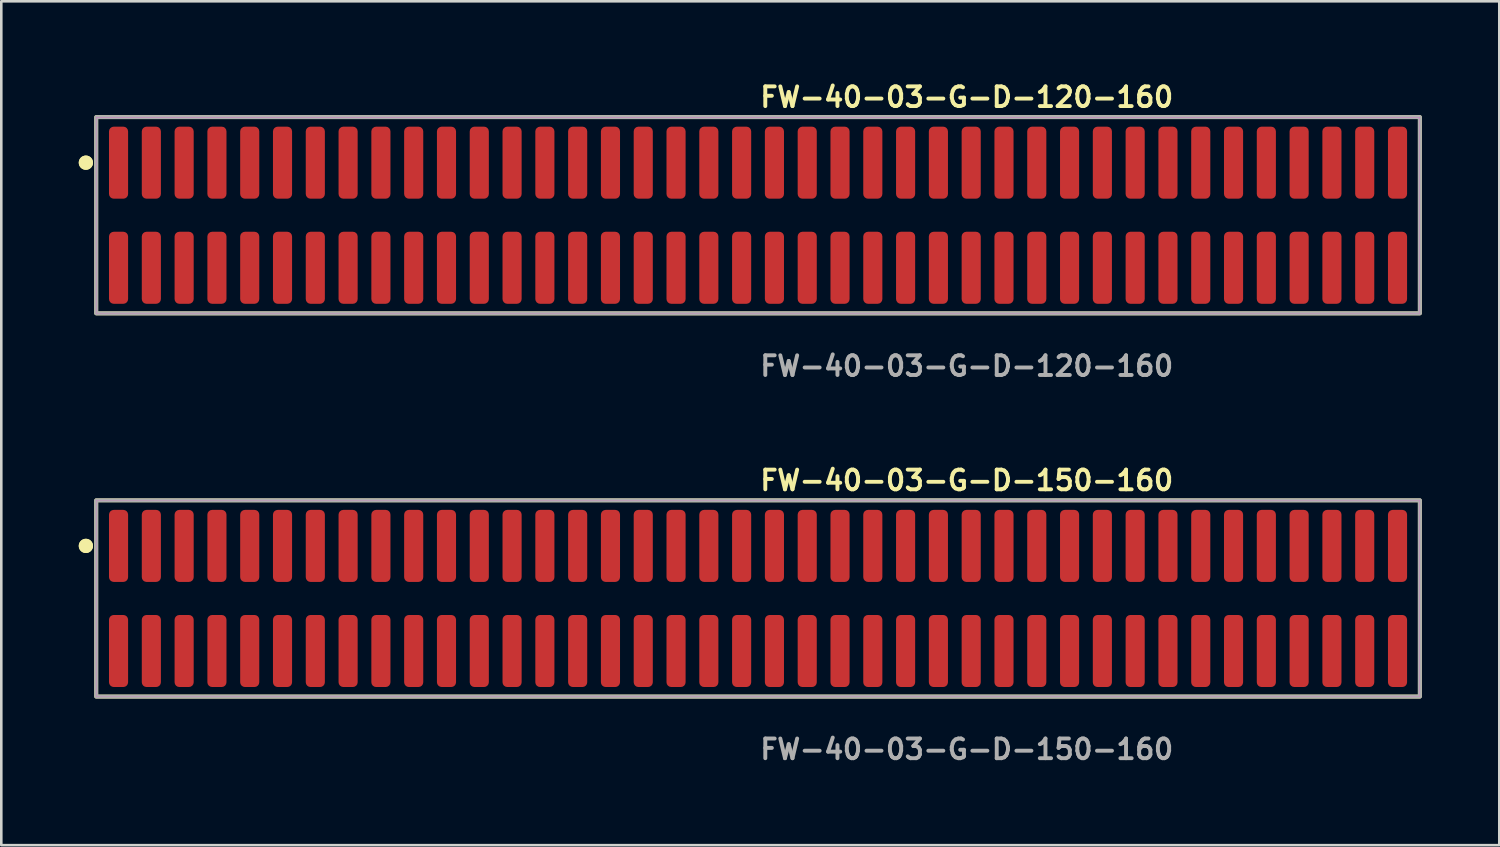
<source format=kicad_pcb>
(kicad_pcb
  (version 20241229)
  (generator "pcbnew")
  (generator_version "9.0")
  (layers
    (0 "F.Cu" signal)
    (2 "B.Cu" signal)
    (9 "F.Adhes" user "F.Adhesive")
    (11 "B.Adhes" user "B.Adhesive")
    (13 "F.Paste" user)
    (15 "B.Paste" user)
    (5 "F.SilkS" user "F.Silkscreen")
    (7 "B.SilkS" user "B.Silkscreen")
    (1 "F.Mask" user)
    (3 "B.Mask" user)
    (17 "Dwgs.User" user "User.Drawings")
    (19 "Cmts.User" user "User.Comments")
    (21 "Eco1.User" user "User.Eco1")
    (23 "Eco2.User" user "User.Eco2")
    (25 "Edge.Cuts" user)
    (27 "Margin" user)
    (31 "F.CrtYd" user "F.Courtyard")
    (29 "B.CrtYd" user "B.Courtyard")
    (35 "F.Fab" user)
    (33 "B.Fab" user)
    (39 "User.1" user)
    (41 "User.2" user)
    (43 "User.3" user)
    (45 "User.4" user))
  (footprint "FW-40-03-G-D-120-160"
    (layer "F.Cu")
    (at 26.306 5.285)
    (property "Reference" "FW-40-03-G-D-120-160" (at 0 -4.572 0) (unlocked yes) (layer "F.SilkS") (effects (font (size 0.762 0.762) (thickness 0.152)) (justify left)))
    (fp_rect (start -25.63 3.8) (end 25.63 -3.8) (stroke (width 0.152) (type solid)) (fill no) (layer "F.SilkS"))
    (fp_circle (center -26.03 -2.035) (end -26.23 -2.035) (stroke (width 0.152) (type solid)) (fill yes) (layer "F.SilkS"))
    (fp_circle (center -26.03 -2.035) (end -26.23 -2.035) (stroke (width 0.152) (type solid)) (fill yes) (layer "F.SilkS"))
    (fp_rect (start -25.63 3.8) (end 25.63 -3.8) (stroke (width 0.006) (type solid)) (fill no) (layer "F.CrtYd"))
    (fp_rect (start -25.63 3.8) (end 25.63 -3.8) (stroke (width 0.152) (type solid)) (fill no) (layer "F.Fab"))
    (fp_text user "${REFERENCE}" (at 0 5.842 0) (unlocked yes) (layer "F.Fab") (effects (font (size 0.762 0.762) (thickness 0.152)) (justify left)))
    (pad "1" smd roundrect (at -24.765 -2.035) (size 0.74 2.79) (layers "F.Cu" "F.Paste") (roundrect_rratio 0.25))
    (pad "2" smd roundrect (at -24.765 2.035) (size 0.74 2.79) (layers "F.Cu" "F.Paste") (roundrect_rratio 0.25))
    (pad "3" smd roundrect (at -23.495 -2.035) (size 0.74 2.79) (layers "F.Cu" "F.Paste") (roundrect_rratio 0.25))
    (pad "4" smd roundrect (at -23.495 2.035) (size 0.74 2.79) (layers "F.Cu" "F.Paste") (roundrect_rratio 0.25))
    (pad "5" smd roundrect (at -22.225 -2.035) (size 0.74 2.79) (layers "F.Cu" "F.Paste") (roundrect_rratio 0.25))
    (pad "6" smd roundrect (at -22.225 2.035) (size 0.74 2.79) (layers "F.Cu" "F.Paste") (roundrect_rratio 0.25))
    (pad "7" smd roundrect (at -20.955 -2.035) (size 0.74 2.79) (layers "F.Cu" "F.Paste") (roundrect_rratio 0.25))
    (pad "8" smd roundrect (at -20.955 2.035) (size 0.74 2.79) (layers "F.Cu" "F.Paste") (roundrect_rratio 0.25))
    (pad "9" smd roundrect (at -19.685 -2.035) (size 0.74 2.79) (layers "F.Cu" "F.Paste") (roundrect_rratio 0.25))
    (pad "10" smd roundrect (at -19.685 2.035) (size 0.74 2.79) (layers "F.Cu" "F.Paste") (roundrect_rratio 0.25))
    (pad "11" smd roundrect (at -18.415 -2.035) (size 0.74 2.79) (layers "F.Cu" "F.Paste") (roundrect_rratio 0.25))
    (pad "12" smd roundrect (at -18.415 2.035) (size 0.74 2.79) (layers "F.Cu" "F.Paste") (roundrect_rratio 0.25))
    (pad "13" smd roundrect (at -17.145 -2.035) (size 0.74 2.79) (layers "F.Cu" "F.Paste") (roundrect_rratio 0.25))
    (pad "14" smd roundrect (at -17.145 2.035) (size 0.74 2.79) (layers "F.Cu" "F.Paste") (roundrect_rratio 0.25))
    (pad "15" smd roundrect (at -15.875 -2.035) (size 0.74 2.79) (layers "F.Cu" "F.Paste") (roundrect_rratio 0.25))
    (pad "16" smd roundrect (at -15.875 2.035) (size 0.74 2.79) (layers "F.Cu" "F.Paste") (roundrect_rratio 0.25))
    (pad "17" smd roundrect (at -14.605 -2.035) (size 0.74 2.79) (layers "F.Cu" "F.Paste") (roundrect_rratio 0.25))
    (pad "18" smd roundrect (at -14.605 2.035) (size 0.74 2.79) (layers "F.Cu" "F.Paste") (roundrect_rratio 0.25))
    (pad "19" smd roundrect (at -13.335 -2.035) (size 0.74 2.79) (layers "F.Cu" "F.Paste") (roundrect_rratio 0.25))
    (pad "20" smd roundrect (at -13.335 2.035) (size 0.74 2.79) (layers "F.Cu" "F.Paste") (roundrect_rratio 0.25))
    (pad "21" smd roundrect (at -12.065 -2.035) (size 0.74 2.79) (layers "F.Cu" "F.Paste") (roundrect_rratio 0.25))
    (pad "22" smd roundrect (at -12.065 2.035) (size 0.74 2.79) (layers "F.Cu" "F.Paste") (roundrect_rratio 0.25))
    (pad "23" smd roundrect (at -10.795 -2.035) (size 0.74 2.79) (layers "F.Cu" "F.Paste") (roundrect_rratio 0.25))
    (pad "24" smd roundrect (at -10.795 2.035) (size 0.74 2.79) (layers "F.Cu" "F.Paste") (roundrect_rratio 0.25))
    (pad "25" smd roundrect (at -9.525 -2.035) (size 0.74 2.79) (layers "F.Cu" "F.Paste") (roundrect_rratio 0.25))
    (pad "26" smd roundrect (at -9.525 2.035) (size 0.74 2.79) (layers "F.Cu" "F.Paste") (roundrect_rratio 0.25))
    (pad "27" smd roundrect (at -8.255 -2.035) (size 0.74 2.79) (layers "F.Cu" "F.Paste") (roundrect_rratio 0.25))
    (pad "28" smd roundrect (at -8.255 2.035) (size 0.74 2.79) (layers "F.Cu" "F.Paste") (roundrect_rratio 0.25))
    (pad "29" smd roundrect (at -6.985 -2.035) (size 0.74 2.79) (layers "F.Cu" "F.Paste") (roundrect_rratio 0.25))
    (pad "30" smd roundrect (at -6.985 2.035) (size 0.74 2.79) (layers "F.Cu" "F.Paste") (roundrect_rratio 0.25))
    (pad "31" smd roundrect (at -5.715 -2.035) (size 0.74 2.79) (layers "F.Cu" "F.Paste") (roundrect_rratio 0.25))
    (pad "32" smd roundrect (at -5.715 2.035) (size 0.74 2.79) (layers "F.Cu" "F.Paste") (roundrect_rratio 0.25))
    (pad "33" smd roundrect (at -4.445 -2.035) (size 0.74 2.79) (layers "F.Cu" "F.Paste") (roundrect_rratio 0.25))
    (pad "34" smd roundrect (at -4.445 2.035) (size 0.74 2.79) (layers "F.Cu" "F.Paste") (roundrect_rratio 0.25))
    (pad "35" smd roundrect (at -3.175 -2.035) (size 0.74 2.79) (layers "F.Cu" "F.Paste") (roundrect_rratio 0.25))
    (pad "36" smd roundrect (at -3.175 2.035) (size 0.74 2.79) (layers "F.Cu" "F.Paste") (roundrect_rratio 0.25))
    (pad "37" smd roundrect (at -1.905 -2.035) (size 0.74 2.79) (layers "F.Cu" "F.Paste") (roundrect_rratio 0.25))
    (pad "38" smd roundrect (at -1.905 2.035) (size 0.74 2.79) (layers "F.Cu" "F.Paste") (roundrect_rratio 0.25))
    (pad "39" smd roundrect (at -0.635 -2.035) (size 0.74 2.79) (layers "F.Cu" "F.Paste") (roundrect_rratio 0.25))
    (pad "40" smd roundrect (at -0.635 2.035) (size 0.74 2.79) (layers "F.Cu" "F.Paste") (roundrect_rratio 0.25))
    (pad "41" smd roundrect (at 0.635 -2.035) (size 0.74 2.79) (layers "F.Cu" "F.Paste") (roundrect_rratio 0.25))
    (pad "42" smd roundrect (at 0.635 2.035) (size 0.74 2.79) (layers "F.Cu" "F.Paste") (roundrect_rratio 0.25))
    (pad "43" smd roundrect (at 1.905 -2.035) (size 0.74 2.79) (layers "F.Cu" "F.Paste") (roundrect_rratio 0.25))
    (pad "44" smd roundrect (at 1.905 2.035) (size 0.74 2.79) (layers "F.Cu" "F.Paste") (roundrect_rratio 0.25))
    (pad "45" smd roundrect (at 3.175 -2.035) (size 0.74 2.79) (layers "F.Cu" "F.Paste") (roundrect_rratio 0.25))
    (pad "46" smd roundrect (at 3.175 2.035) (size 0.74 2.79) (layers "F.Cu" "F.Paste") (roundrect_rratio 0.25))
    (pad "47" smd roundrect (at 4.445 -2.035) (size 0.74 2.79) (layers "F.Cu" "F.Paste") (roundrect_rratio 0.25))
    (pad "48" smd roundrect (at 4.445 2.035) (size 0.74 2.79) (layers "F.Cu" "F.Paste") (roundrect_rratio 0.25))
    (pad "49" smd roundrect (at 5.715 -2.035) (size 0.74 2.79) (layers "F.Cu" "F.Paste") (roundrect_rratio 0.25))
    (pad "50" smd roundrect (at 5.715 2.035) (size 0.74 2.79) (layers "F.Cu" "F.Paste") (roundrect_rratio 0.25))
    (pad "51" smd roundrect (at 6.985 -2.035) (size 0.74 2.79) (layers "F.Cu" "F.Paste") (roundrect_rratio 0.25))
    (pad "52" smd roundrect (at 6.985 2.035) (size 0.74 2.79) (layers "F.Cu" "F.Paste") (roundrect_rratio 0.25))
    (pad "53" smd roundrect (at 8.255 -2.035) (size 0.74 2.79) (layers "F.Cu" "F.Paste") (roundrect_rratio 0.25))
    (pad "54" smd roundrect (at 8.255 2.035) (size 0.74 2.79) (layers "F.Cu" "F.Paste") (roundrect_rratio 0.25))
    (pad "55" smd roundrect (at 9.525 -2.035) (size 0.74 2.79) (layers "F.Cu" "F.Paste") (roundrect_rratio 0.25))
    (pad "56" smd roundrect (at 9.525 2.035) (size 0.74 2.79) (layers "F.Cu" "F.Paste") (roundrect_rratio 0.25))
    (pad "57" smd roundrect (at 10.795 -2.035) (size 0.74 2.79) (layers "F.Cu" "F.Paste") (roundrect_rratio 0.25))
    (pad "58" smd roundrect (at 10.795 2.035) (size 0.74 2.79) (layers "F.Cu" "F.Paste") (roundrect_rratio 0.25))
    (pad "59" smd roundrect (at 12.065 -2.035) (size 0.74 2.79) (layers "F.Cu" "F.Paste") (roundrect_rratio 0.25))
    (pad "60" smd roundrect (at 12.065 2.035) (size 0.74 2.79) (layers "F.Cu" "F.Paste") (roundrect_rratio 0.25))
    (pad "61" smd roundrect (at 13.335 -2.035) (size 0.74 2.79) (layers "F.Cu" "F.Paste") (roundrect_rratio 0.25))
    (pad "62" smd roundrect (at 13.335 2.035) (size 0.74 2.79) (layers "F.Cu" "F.Paste") (roundrect_rratio 0.25))
    (pad "63" smd roundrect (at 14.605 -2.035) (size 0.74 2.79) (layers "F.Cu" "F.Paste") (roundrect_rratio 0.25))
    (pad "64" smd roundrect (at 14.605 2.035) (size 0.74 2.79) (layers "F.Cu" "F.Paste") (roundrect_rratio 0.25))
    (pad "65" smd roundrect (at 15.875 -2.035) (size 0.74 2.79) (layers "F.Cu" "F.Paste") (roundrect_rratio 0.25))
    (pad "66" smd roundrect (at 15.875 2.035) (size 0.74 2.79) (layers "F.Cu" "F.Paste") (roundrect_rratio 0.25))
    (pad "67" smd roundrect (at 17.145 -2.035) (size 0.74 2.79) (layers "F.Cu" "F.Paste") (roundrect_rratio 0.25))
    (pad "68" smd roundrect (at 17.145 2.035) (size 0.74 2.79) (layers "F.Cu" "F.Paste") (roundrect_rratio 0.25))
    (pad "69" smd roundrect (at 18.415 -2.035) (size 0.74 2.79) (layers "F.Cu" "F.Paste") (roundrect_rratio 0.25))
    (pad "70" smd roundrect (at 18.415 2.035) (size 0.74 2.79) (layers "F.Cu" "F.Paste") (roundrect_rratio 0.25))
    (pad "71" smd roundrect (at 19.685 -2.035) (size 0.74 2.79) (layers "F.Cu" "F.Paste") (roundrect_rratio 0.25))
    (pad "72" smd roundrect (at 19.685 2.035) (size 0.74 2.79) (layers "F.Cu" "F.Paste") (roundrect_rratio 0.25))
    (pad "73" smd roundrect (at 20.955 -2.035) (size 0.74 2.79) (layers "F.Cu" "F.Paste") (roundrect_rratio 0.25))
    (pad "74" smd roundrect (at 20.955 2.035) (size 0.74 2.79) (layers "F.Cu" "F.Paste") (roundrect_rratio 0.25))
    (pad "75" smd roundrect (at 22.225 -2.035) (size 0.74 2.79) (layers "F.Cu" "F.Paste") (roundrect_rratio 0.25))
    (pad "76" smd roundrect (at 22.225 2.035) (size 0.74 2.79) (layers "F.Cu" "F.Paste") (roundrect_rratio 0.25))
    (pad "77" smd roundrect (at 23.495 -2.035) (size 0.74 2.79) (layers "F.Cu" "F.Paste") (roundrect_rratio 0.25))
    (pad "78" smd roundrect (at 23.495 2.035) (size 0.74 2.79) (layers "F.Cu" "F.Paste") (roundrect_rratio 0.25))
    (pad "79" smd roundrect (at 24.765 -2.035) (size 0.74 2.79) (layers "F.Cu" "F.Paste") (roundrect_rratio 0.25))
    (pad "80" smd roundrect (at 24.765 2.035) (size 0.74 2.79) (layers "F.Cu" "F.Paste") (roundrect_rratio 0.25)))
  (footprint "FW-40-03-G-D-150-160"
    (layer "F.Cu")
    (at 26.306 20.126)
    (property "Reference" "FW-40-03-G-D-150-160" (at 0 -4.572 0) (unlocked yes) (layer "F.SilkS") (effects (font (size 0.762 0.762) (thickness 0.152)) (justify left)))
    (fp_rect (start -25.63 3.8) (end 25.63 -3.8) (stroke (width 0.152) (type solid)) (fill no) (layer "F.SilkS"))
    (fp_circle (center -26.03 -2.035) (end -26.23 -2.035) (stroke (width 0.152) (type solid)) (fill yes) (layer "F.SilkS"))
    (fp_circle (center -26.03 -2.035) (end -26.23 -2.035) (stroke (width 0.152) (type solid)) (fill yes) (layer "F.SilkS"))
    (fp_rect (start -25.63 3.8) (end 25.63 -3.8) (stroke (width 0.006) (type solid)) (fill no) (layer "F.CrtYd"))
    (fp_rect (start -25.63 3.8) (end 25.63 -3.8) (stroke (width 0.152) (type solid)) (fill no) (layer "F.Fab"))
    (fp_text user "${REFERENCE}" (at 0 5.842 0) (unlocked yes) (layer "F.Fab") (effects (font (size 0.762 0.762) (thickness 0.152)) (justify left)))
    (pad "1" smd roundrect (at -24.765 -2.035) (size 0.74 2.79) (layers "F.Cu" "F.Paste") (roundrect_rratio 0.25))
    (pad "2" smd roundrect (at -24.765 2.035) (size 0.74 2.79) (layers "F.Cu" "F.Paste") (roundrect_rratio 0.25))
    (pad "3" smd roundrect (at -23.495 -2.035) (size 0.74 2.79) (layers "F.Cu" "F.Paste") (roundrect_rratio 0.25))
    (pad "4" smd roundrect (at -23.495 2.035) (size 0.74 2.79) (layers "F.Cu" "F.Paste") (roundrect_rratio 0.25))
    (pad "5" smd roundrect (at -22.225 -2.035) (size 0.74 2.79) (layers "F.Cu" "F.Paste") (roundrect_rratio 0.25))
    (pad "6" smd roundrect (at -22.225 2.035) (size 0.74 2.79) (layers "F.Cu" "F.Paste") (roundrect_rratio 0.25))
    (pad "7" smd roundrect (at -20.955 -2.035) (size 0.74 2.79) (layers "F.Cu" "F.Paste") (roundrect_rratio 0.25))
    (pad "8" smd roundrect (at -20.955 2.035) (size 0.74 2.79) (layers "F.Cu" "F.Paste") (roundrect_rratio 0.25))
    (pad "9" smd roundrect (at -19.685 -2.035) (size 0.74 2.79) (layers "F.Cu" "F.Paste") (roundrect_rratio 0.25))
    (pad "10" smd roundrect (at -19.685 2.035) (size 0.74 2.79) (layers "F.Cu" "F.Paste") (roundrect_rratio 0.25))
    (pad "11" smd roundrect (at -18.415 -2.035) (size 0.74 2.79) (layers "F.Cu" "F.Paste") (roundrect_rratio 0.25))
    (pad "12" smd roundrect (at -18.415 2.035) (size 0.74 2.79) (layers "F.Cu" "F.Paste") (roundrect_rratio 0.25))
    (pad "13" smd roundrect (at -17.145 -2.035) (size 0.74 2.79) (layers "F.Cu" "F.Paste") (roundrect_rratio 0.25))
    (pad "14" smd roundrect (at -17.145 2.035) (size 0.74 2.79) (layers "F.Cu" "F.Paste") (roundrect_rratio 0.25))
    (pad "15" smd roundrect (at -15.875 -2.035) (size 0.74 2.79) (layers "F.Cu" "F.Paste") (roundrect_rratio 0.25))
    (pad "16" smd roundrect (at -15.875 2.035) (size 0.74 2.79) (layers "F.Cu" "F.Paste") (roundrect_rratio 0.25))
    (pad "17" smd roundrect (at -14.605 -2.035) (size 0.74 2.79) (layers "F.Cu" "F.Paste") (roundrect_rratio 0.25))
    (pad "18" smd roundrect (at -14.605 2.035) (size 0.74 2.79) (layers "F.Cu" "F.Paste") (roundrect_rratio 0.25))
    (pad "19" smd roundrect (at -13.335 -2.035) (size 0.74 2.79) (layers "F.Cu" "F.Paste") (roundrect_rratio 0.25))
    (pad "20" smd roundrect (at -13.335 2.035) (size 0.74 2.79) (layers "F.Cu" "F.Paste") (roundrect_rratio 0.25))
    (pad "21" smd roundrect (at -12.065 -2.035) (size 0.74 2.79) (layers "F.Cu" "F.Paste") (roundrect_rratio 0.25))
    (pad "22" smd roundrect (at -12.065 2.035) (size 0.74 2.79) (layers "F.Cu" "F.Paste") (roundrect_rratio 0.25))
    (pad "23" smd roundrect (at -10.795 -2.035) (size 0.74 2.79) (layers "F.Cu" "F.Paste") (roundrect_rratio 0.25))
    (pad "24" smd roundrect (at -10.795 2.035) (size 0.74 2.79) (layers "F.Cu" "F.Paste") (roundrect_rratio 0.25))
    (pad "25" smd roundrect (at -9.525 -2.035) (size 0.74 2.79) (layers "F.Cu" "F.Paste") (roundrect_rratio 0.25))
    (pad "26" smd roundrect (at -9.525 2.035) (size 0.74 2.79) (layers "F.Cu" "F.Paste") (roundrect_rratio 0.25))
    (pad "27" smd roundrect (at -8.255 -2.035) (size 0.74 2.79) (layers "F.Cu" "F.Paste") (roundrect_rratio 0.25))
    (pad "28" smd roundrect (at -8.255 2.035) (size 0.74 2.79) (layers "F.Cu" "F.Paste") (roundrect_rratio 0.25))
    (pad "29" smd roundrect (at -6.985 -2.035) (size 0.74 2.79) (layers "F.Cu" "F.Paste") (roundrect_rratio 0.25))
    (pad "30" smd roundrect (at -6.985 2.035) (size 0.74 2.79) (layers "F.Cu" "F.Paste") (roundrect_rratio 0.25))
    (pad "31" smd roundrect (at -5.715 -2.035) (size 0.74 2.79) (layers "F.Cu" "F.Paste") (roundrect_rratio 0.25))
    (pad "32" smd roundrect (at -5.715 2.035) (size 0.74 2.79) (layers "F.Cu" "F.Paste") (roundrect_rratio 0.25))
    (pad "33" smd roundrect (at -4.445 -2.035) (size 0.74 2.79) (layers "F.Cu" "F.Paste") (roundrect_rratio 0.25))
    (pad "34" smd roundrect (at -4.445 2.035) (size 0.74 2.79) (layers "F.Cu" "F.Paste") (roundrect_rratio 0.25))
    (pad "35" smd roundrect (at -3.175 -2.035) (size 0.74 2.79) (layers "F.Cu" "F.Paste") (roundrect_rratio 0.25))
    (pad "36" smd roundrect (at -3.175 2.035) (size 0.74 2.79) (layers "F.Cu" "F.Paste") (roundrect_rratio 0.25))
    (pad "37" smd roundrect (at -1.905 -2.035) (size 0.74 2.79) (layers "F.Cu" "F.Paste") (roundrect_rratio 0.25))
    (pad "38" smd roundrect (at -1.905 2.035) (size 0.74 2.79) (layers "F.Cu" "F.Paste") (roundrect_rratio 0.25))
    (pad "39" smd roundrect (at -0.635 -2.035) (size 0.74 2.79) (layers "F.Cu" "F.Paste") (roundrect_rratio 0.25))
    (pad "40" smd roundrect (at -0.635 2.035) (size 0.74 2.79) (layers "F.Cu" "F.Paste") (roundrect_rratio 0.25))
    (pad "41" smd roundrect (at 0.635 -2.035) (size 0.74 2.79) (layers "F.Cu" "F.Paste") (roundrect_rratio 0.25))
    (pad "42" smd roundrect (at 0.635 2.035) (size 0.74 2.79) (layers "F.Cu" "F.Paste") (roundrect_rratio 0.25))
    (pad "43" smd roundrect (at 1.905 -2.035) (size 0.74 2.79) (layers "F.Cu" "F.Paste") (roundrect_rratio 0.25))
    (pad "44" smd roundrect (at 1.905 2.035) (size 0.74 2.79) (layers "F.Cu" "F.Paste") (roundrect_rratio 0.25))
    (pad "45" smd roundrect (at 3.175 -2.035) (size 0.74 2.79) (layers "F.Cu" "F.Paste") (roundrect_rratio 0.25))
    (pad "46" smd roundrect (at 3.175 2.035) (size 0.74 2.79) (layers "F.Cu" "F.Paste") (roundrect_rratio 0.25))
    (pad "47" smd roundrect (at 4.445 -2.035) (size 0.74 2.79) (layers "F.Cu" "F.Paste") (roundrect_rratio 0.25))
    (pad "48" smd roundrect (at 4.445 2.035) (size 0.74 2.79) (layers "F.Cu" "F.Paste") (roundrect_rratio 0.25))
    (pad "49" smd roundrect (at 5.715 -2.035) (size 0.74 2.79) (layers "F.Cu" "F.Paste") (roundrect_rratio 0.25))
    (pad "50" smd roundrect (at 5.715 2.035) (size 0.74 2.79) (layers "F.Cu" "F.Paste") (roundrect_rratio 0.25))
    (pad "51" smd roundrect (at 6.985 -2.035) (size 0.74 2.79) (layers "F.Cu" "F.Paste") (roundrect_rratio 0.25))
    (pad "52" smd roundrect (at 6.985 2.035) (size 0.74 2.79) (layers "F.Cu" "F.Paste") (roundrect_rratio 0.25))
    (pad "53" smd roundrect (at 8.255 -2.035) (size 0.74 2.79) (layers "F.Cu" "F.Paste") (roundrect_rratio 0.25))
    (pad "54" smd roundrect (at 8.255 2.035) (size 0.74 2.79) (layers "F.Cu" "F.Paste") (roundrect_rratio 0.25))
    (pad "55" smd roundrect (at 9.525 -2.035) (size 0.74 2.79) (layers "F.Cu" "F.Paste") (roundrect_rratio 0.25))
    (pad "56" smd roundrect (at 9.525 2.035) (size 0.74 2.79) (layers "F.Cu" "F.Paste") (roundrect_rratio 0.25))
    (pad "57" smd roundrect (at 10.795 -2.035) (size 0.74 2.79) (layers "F.Cu" "F.Paste") (roundrect_rratio 0.25))
    (pad "58" smd roundrect (at 10.795 2.035) (size 0.74 2.79) (layers "F.Cu" "F.Paste") (roundrect_rratio 0.25))
    (pad "59" smd roundrect (at 12.065 -2.035) (size 0.74 2.79) (layers "F.Cu" "F.Paste") (roundrect_rratio 0.25))
    (pad "60" smd roundrect (at 12.065 2.035) (size 0.74 2.79) (layers "F.Cu" "F.Paste") (roundrect_rratio 0.25))
    (pad "61" smd roundrect (at 13.335 -2.035) (size 0.74 2.79) (layers "F.Cu" "F.Paste") (roundrect_rratio 0.25))
    (pad "62" smd roundrect (at 13.335 2.035) (size 0.74 2.79) (layers "F.Cu" "F.Paste") (roundrect_rratio 0.25))
    (pad "63" smd roundrect (at 14.605 -2.035) (size 0.74 2.79) (layers "F.Cu" "F.Paste") (roundrect_rratio 0.25))
    (pad "64" smd roundrect (at 14.605 2.035) (size 0.74 2.79) (layers "F.Cu" "F.Paste") (roundrect_rratio 0.25))
    (pad "65" smd roundrect (at 15.875 -2.035) (size 0.74 2.79) (layers "F.Cu" "F.Paste") (roundrect_rratio 0.25))
    (pad "66" smd roundrect (at 15.875 2.035) (size 0.74 2.79) (layers "F.Cu" "F.Paste") (roundrect_rratio 0.25))
    (pad "67" smd roundrect (at 17.145 -2.035) (size 0.74 2.79) (layers "F.Cu" "F.Paste") (roundrect_rratio 0.25))
    (pad "68" smd roundrect (at 17.145 2.035) (size 0.74 2.79) (layers "F.Cu" "F.Paste") (roundrect_rratio 0.25))
    (pad "69" smd roundrect (at 18.415 -2.035) (size 0.74 2.79) (layers "F.Cu" "F.Paste") (roundrect_rratio 0.25))
    (pad "70" smd roundrect (at 18.415 2.035) (size 0.74 2.79) (layers "F.Cu" "F.Paste") (roundrect_rratio 0.25))
    (pad "71" smd roundrect (at 19.685 -2.035) (size 0.74 2.79) (layers "F.Cu" "F.Paste") (roundrect_rratio 0.25))
    (pad "72" smd roundrect (at 19.685 2.035) (size 0.74 2.79) (layers "F.Cu" "F.Paste") (roundrect_rratio 0.25))
    (pad "73" smd roundrect (at 20.955 -2.035) (size 0.74 2.79) (layers "F.Cu" "F.Paste") (roundrect_rratio 0.25))
    (pad "74" smd roundrect (at 20.955 2.035) (size 0.74 2.79) (layers "F.Cu" "F.Paste") (roundrect_rratio 0.25))
    (pad "75" smd roundrect (at 22.225 -2.035) (size 0.74 2.79) (layers "F.Cu" "F.Paste") (roundrect_rratio 0.25))
    (pad "76" smd roundrect (at 22.225 2.035) (size 0.74 2.79) (layers "F.Cu" "F.Paste") (roundrect_rratio 0.25))
    (pad "77" smd roundrect (at 23.495 -2.035) (size 0.74 2.79) (layers "F.Cu" "F.Paste") (roundrect_rratio 0.25))
    (pad "78" smd roundrect (at 23.495 2.035) (size 0.74 2.79) (layers "F.Cu" "F.Paste") (roundrect_rratio 0.25))
    (pad "79" smd roundrect (at 24.765 -2.035) (size 0.74 2.79) (layers "F.Cu" "F.Paste") (roundrect_rratio 0.25))
    (pad "80" smd roundrect (at 24.765 2.035) (size 0.74 2.79) (layers "F.Cu" "F.Paste") (roundrect_rratio 0.25)))
  (gr_rect
    (start -3 -3)
    (end 55.012 29.681)
    (stroke (width 0.1) (type default))
    (fill no)
    (layer "Edge.Cuts")))
</source>
